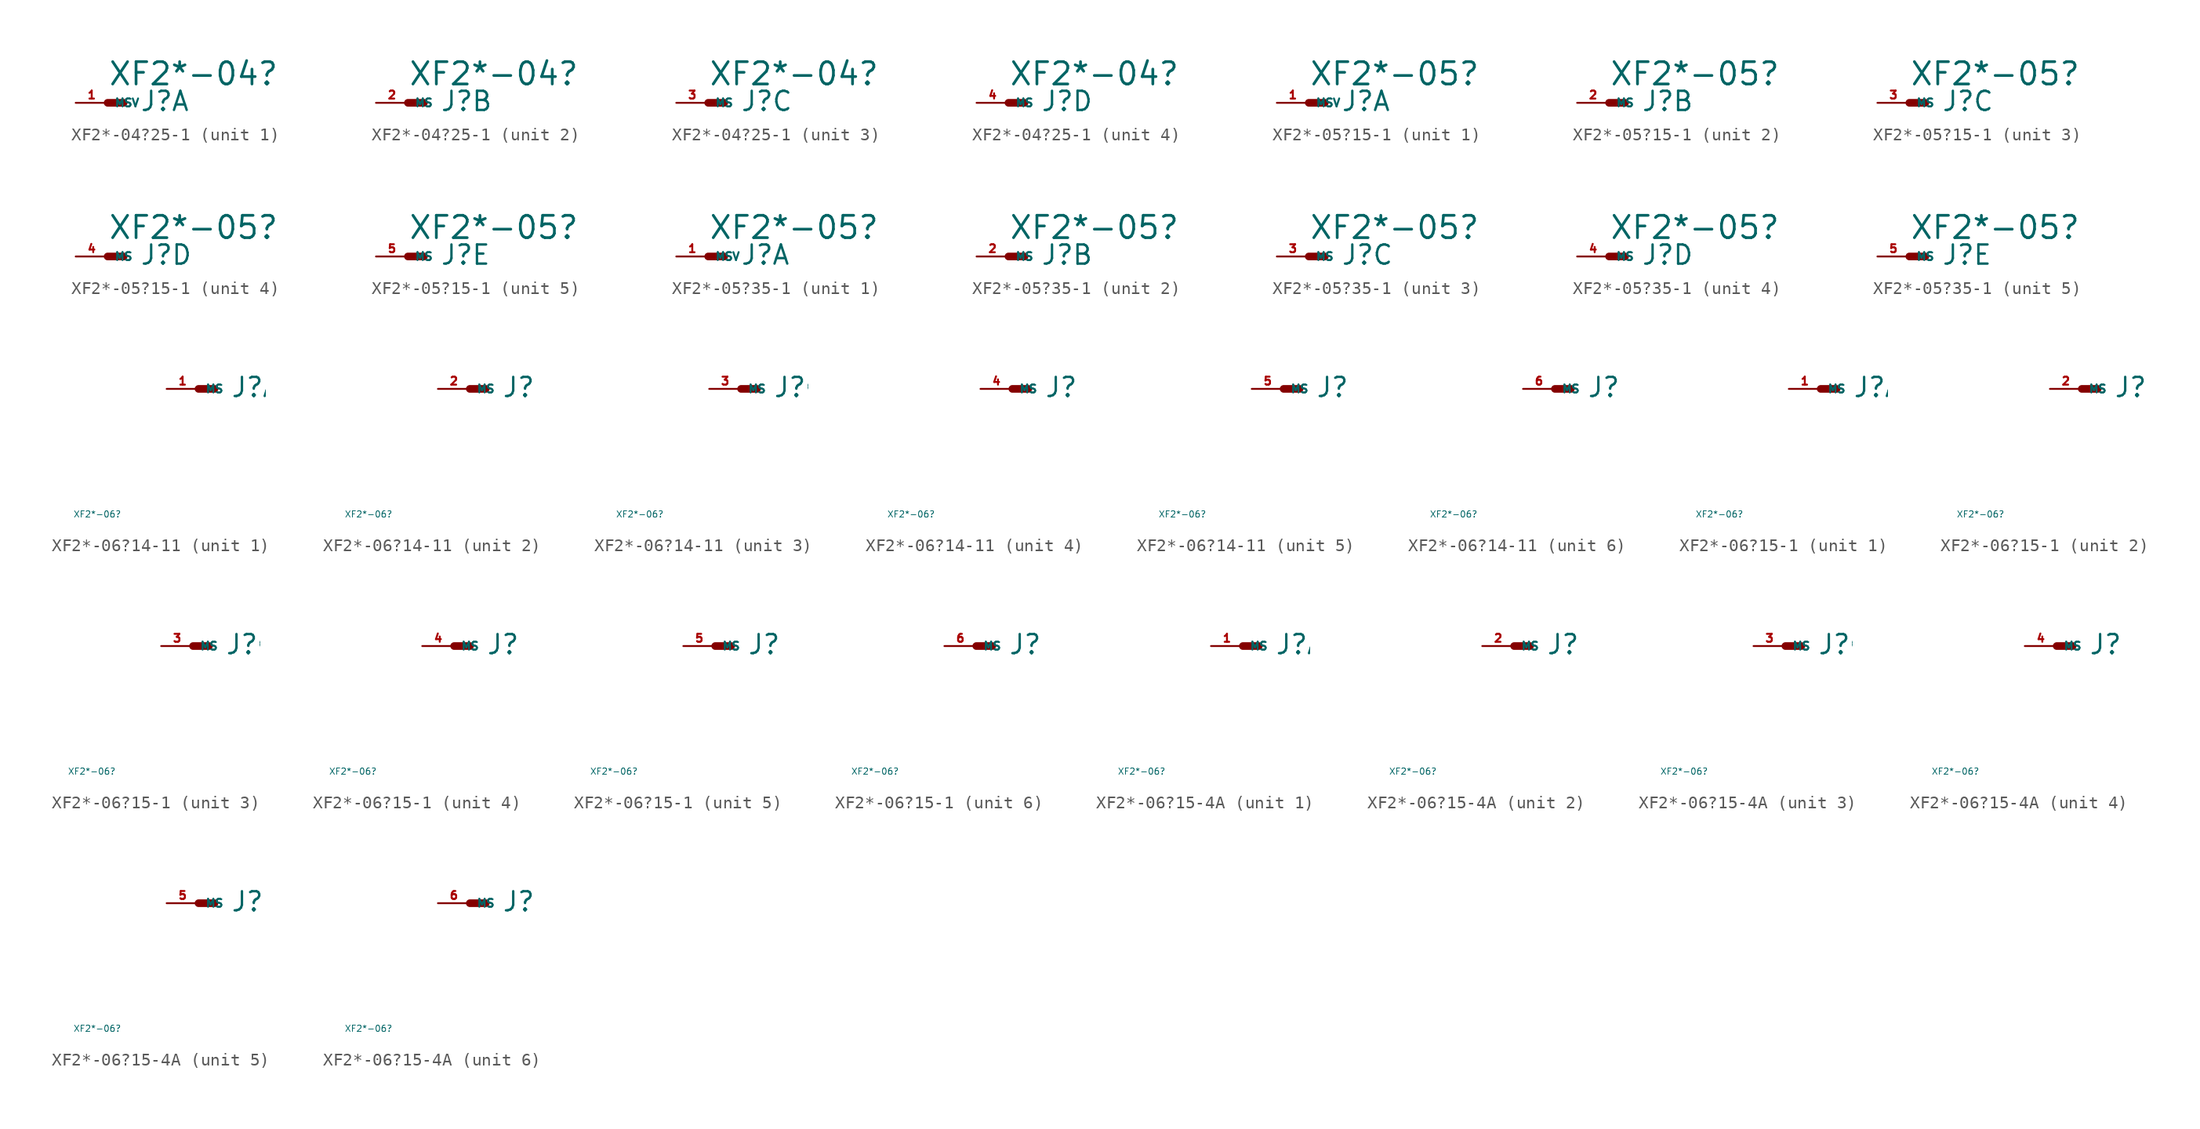
<source format=kicad_sym>
(kicad_symbol_lib
  (version 20220914)
  (generator Eagle2Kicad)
  (symbol "XF2*-04?25-1"
    (property "Reference" "J"
      (at 2.54 -0.762 0)
      (effects (font (size 1.524 1.524) (thickness 0.19)) (justify left bottom)))
    (property "Value" "XF2*-04?"
      (at 0 1.27 0)
      (effects (font (size 1.778 1.778) (thickness 0.22)) (justify left bottom)))
    (symbol "XF2*-04?25-1_1_0"
      (polyline (pts (xy 0 0) (xy 1.27 0)) (stroke (width 0.61) (type default)) (fill (type none)))
      (pin passive line (at -2.54 0 0) (length 2.54) (name "MSV" (effects (font (size 0.635 0.635) (thickness 0.08)) (justify left bottom))) (number "1" (effects (font (size 0.635 0.635) (thickness 0.08)) (justify left bottom)))))
    (symbol "XF2*-04?25-1_2_0"
      (polyline (pts (xy 0 0) (xy 1.27 0)) (stroke (width 0.61) (type default)) (fill (type none)))
      (pin passive line (at -2.54 0 0) (length 2.54) (name "MS" (effects (font (size 0.635 0.635) (thickness 0.08)) (justify left bottom))) (number "2" (effects (font (size 0.635 0.635) (thickness 0.08)) (justify left bottom)))))
    (symbol "XF2*-04?25-1_3_0"
      (polyline (pts (xy 0 0) (xy 1.27 0)) (stroke (width 0.61) (type default)) (fill (type none)))
      (pin passive line (at -2.54 0 0) (length 2.54) (name "MS" (effects (font (size 0.635 0.635) (thickness 0.08)) (justify left bottom))) (number "3" (effects (font (size 0.635 0.635) (thickness 0.08)) (justify left bottom)))))
    (symbol "XF2*-04?25-1_4_0"
      (polyline (pts (xy 0 0) (xy 1.27 0)) (stroke (width 0.61) (type default)) (fill (type none)))
      (pin passive line (at -2.54 0 0) (length 2.54) (name "MS" (effects (font (size 0.635 0.635) (thickness 0.08)) (justify left bottom))) (number "4" (effects (font (size 0.635 0.635) (thickness 0.08)) (justify left bottom))))))
  (symbol "XF2*-05?15-1"
    (property "Reference" "J"
      (at 2.54 -0.762 0)
      (effects (font (size 1.524 1.524) (thickness 0.19)) (justify left bottom)))
    (property "Value" "XF2*-05?"
      (at 0 1.27 0)
      (effects (font (size 1.778 1.778) (thickness 0.22)) (justify left bottom)))
    (symbol "XF2*-05?15-1_1_0"
      (polyline (pts (xy 0 0) (xy 1.27 0)) (stroke (width 0.61) (type default)) (fill (type none)))
      (pin passive line (at -2.54 0 0) (length 2.54) (name "MSV" (effects (font (size 0.635 0.635) (thickness 0.08)) (justify left bottom))) (number "1" (effects (font (size 0.635 0.635) (thickness 0.08)) (justify left bottom)))))
    (symbol "XF2*-05?15-1_2_0"
      (polyline (pts (xy 0 0) (xy 1.27 0)) (stroke (width 0.61) (type default)) (fill (type none)))
      (pin passive line (at -2.54 0 0) (length 2.54) (name "MS" (effects (font (size 0.635 0.635) (thickness 0.08)) (justify left bottom))) (number "2" (effects (font (size 0.635 0.635) (thickness 0.08)) (justify left bottom)))))
    (symbol "XF2*-05?15-1_3_0"
      (polyline (pts (xy 0 0) (xy 1.27 0)) (stroke (width 0.61) (type default)) (fill (type none)))
      (pin passive line (at -2.54 0 0) (length 2.54) (name "MS" (effects (font (size 0.635 0.635) (thickness 0.08)) (justify left bottom))) (number "3" (effects (font (size 0.635 0.635) (thickness 0.08)) (justify left bottom)))))
    (symbol "XF2*-05?15-1_4_0"
      (polyline (pts (xy 0 0) (xy 1.27 0)) (stroke (width 0.61) (type default)) (fill (type none)))
      (pin passive line (at -2.54 0 0) (length 2.54) (name "MS" (effects (font (size 0.635 0.635) (thickness 0.08)) (justify left bottom))) (number "4" (effects (font (size 0.635 0.635) (thickness 0.08)) (justify left bottom)))))
    (symbol "XF2*-05?15-1_5_0"
      (polyline (pts (xy 0 0) (xy 1.27 0)) (stroke (width 0.61) (type default)) (fill (type none)))
      (pin passive line (at -2.54 0 0) (length 2.54) (name "MS" (effects (font (size 0.635 0.635) (thickness 0.08)) (justify left bottom))) (number "5" (effects (font (size 0.635 0.635) (thickness 0.08)) (justify left bottom))))))
  (symbol "XF2*-05?35-1"
    (property "Reference" "J"
      (at 2.54 -0.762 0)
      (effects (font (size 1.524 1.524) (thickness 0.19)) (justify left bottom)))
    (property "Value" "XF2*-05?"
      (at 0 1.27 0)
      (effects (font (size 1.778 1.778) (thickness 0.22)) (justify left bottom)))
    (symbol "XF2*-05?35-1_1_0"
      (polyline (pts (xy 0 0) (xy 1.27 0)) (stroke (width 0.61) (type default)) (fill (type none)))
      (pin passive line (at -2.54 0 0) (length 2.54) (name "MSV" (effects (font (size 0.635 0.635) (thickness 0.08)) (justify left bottom))) (number "1" (effects (font (size 0.635 0.635) (thickness 0.08)) (justify left bottom)))))
    (symbol "XF2*-05?35-1_2_0"
      (polyline (pts (xy 0 0) (xy 1.27 0)) (stroke (width 0.61) (type default)) (fill (type none)))
      (pin passive line (at -2.54 0 0) (length 2.54) (name "MS" (effects (font (size 0.635 0.635) (thickness 0.08)) (justify left bottom))) (number "2" (effects (font (size 0.635 0.635) (thickness 0.08)) (justify left bottom)))))
    (symbol "XF2*-05?35-1_3_0"
      (polyline (pts (xy 0 0) (xy 1.27 0)) (stroke (width 0.61) (type default)) (fill (type none)))
      (pin passive line (at -2.54 0 0) (length 2.54) (name "MS" (effects (font (size 0.635 0.635) (thickness 0.08)) (justify left bottom))) (number "3" (effects (font (size 0.635 0.635) (thickness 0.08)) (justify left bottom)))))
    (symbol "XF2*-05?35-1_4_0"
      (polyline (pts (xy 0 0) (xy 1.27 0)) (stroke (width 0.61) (type default)) (fill (type none)))
      (pin passive line (at -2.54 0 0) (length 2.54) (name "MS" (effects (font (size 0.635 0.635) (thickness 0.08)) (justify left bottom))) (number "4" (effects (font (size 0.635 0.635) (thickness 0.08)) (justify left bottom)))))
    (symbol "XF2*-05?35-1_5_0"
      (polyline (pts (xy 0 0) (xy 1.27 0)) (stroke (width 0.61) (type default)) (fill (type none)))
      (pin passive line (at -2.54 0 0) (length 2.54) (name "MS" (effects (font (size 0.635 0.635) (thickness 0.08)) (justify left bottom))) (number "5" (effects (font (size 0.635 0.635) (thickness 0.08)) (justify left bottom))))))
  (symbol "XF2*-06?14-11"
    (property "Reference" "J"
      (at 2.54 -0.762 0)
      (effects (font (size 1.524 1.524) (thickness 0.19)) (justify left bottom)))
    (property "Value" "XF2*-06?"
      (at -10 -10 0)
      (effects (font (size 0.5 0.5) (thickness 0.06)) (justify left)))
    (symbol "XF2*-06?14-11_1_0"
      (polyline (pts (xy 0 0) (xy 1.27 0)) (stroke (width 0.61) (type default)) (fill (type none)))
      (pin passive line (at -2.54 0 0) (length 2.54) (name "MS" (effects (font (size 0.635 0.635) (thickness 0.08)) (justify left bottom))) (number "1" (effects (font (size 0.635 0.635) (thickness 0.08)) (justify left bottom)))))
    (symbol "XF2*-06?14-11_2_0"
      (polyline (pts (xy 0 0) (xy 1.27 0)) (stroke (width 0.61) (type default)) (fill (type none)))
      (pin passive line (at -2.54 0 0) (length 2.54) (name "MS" (effects (font (size 0.635 0.635) (thickness 0.08)) (justify left bottom))) (number "2" (effects (font (size 0.635 0.635) (thickness 0.08)) (justify left bottom)))))
    (symbol "XF2*-06?14-11_3_0"
      (polyline (pts (xy 0 0) (xy 1.27 0)) (stroke (width 0.61) (type default)) (fill (type none)))
      (pin passive line (at -2.54 0 0) (length 2.54) (name "MS" (effects (font (size 0.635 0.635) (thickness 0.08)) (justify left bottom))) (number "3" (effects (font (size 0.635 0.635) (thickness 0.08)) (justify left bottom)))))
    (symbol "XF2*-06?14-11_4_0"
      (polyline (pts (xy 0 0) (xy 1.27 0)) (stroke (width 0.61) (type default)) (fill (type none)))
      (pin passive line (at -2.54 0 0) (length 2.54) (name "MS" (effects (font (size 0.635 0.635) (thickness 0.08)) (justify left bottom))) (number "4" (effects (font (size 0.635 0.635) (thickness 0.08)) (justify left bottom)))))
    (symbol "XF2*-06?14-11_5_0"
      (polyline (pts (xy 0 0) (xy 1.27 0)) (stroke (width 0.61) (type default)) (fill (type none)))
      (pin passive line (at -2.54 0 0) (length 2.54) (name "MS" (effects (font (size 0.635 0.635) (thickness 0.08)) (justify left bottom))) (number "5" (effects (font (size 0.635 0.635) (thickness 0.08)) (justify left bottom)))))
    (symbol "XF2*-06?14-11_6_0"
      (polyline (pts (xy 0 0) (xy 1.27 0)) (stroke (width 0.61) (type default)) (fill (type none)))
      (pin passive line (at -2.54 0 0) (length 2.54) (name "MS" (effects (font (size 0.635 0.635) (thickness 0.08)) (justify left bottom))) (number "6" (effects (font (size 0.635 0.635) (thickness 0.08)) (justify left bottom))))))
  (symbol "XF2*-06?15-1"
    (property "Reference" "J"
      (at 2.54 -0.762 0)
      (effects (font (size 1.524 1.524) (thickness 0.19)) (justify left bottom)))
    (property "Value" "XF2*-06?"
      (at -10 -10 0)
      (effects (font (size 0.5 0.5) (thickness 0.06)) (justify left)))
    (symbol "XF2*-06?15-1_1_0"
      (polyline (pts (xy 0 0) (xy 1.27 0)) (stroke (width 0.61) (type default)) (fill (type none)))
      (pin passive line (at -2.54 0 0) (length 2.54) (name "MS" (effects (font (size 0.635 0.635) (thickness 0.08)) (justify left bottom))) (number "1" (effects (font (size 0.635 0.635) (thickness 0.08)) (justify left bottom)))))
    (symbol "XF2*-06?15-1_2_0"
      (polyline (pts (xy 0 0) (xy 1.27 0)) (stroke (width 0.61) (type default)) (fill (type none)))
      (pin passive line (at -2.54 0 0) (length 2.54) (name "MS" (effects (font (size 0.635 0.635) (thickness 0.08)) (justify left bottom))) (number "2" (effects (font (size 0.635 0.635) (thickness 0.08)) (justify left bottom)))))
    (symbol "XF2*-06?15-1_3_0"
      (polyline (pts (xy 0 0) (xy 1.27 0)) (stroke (width 0.61) (type default)) (fill (type none)))
      (pin passive line (at -2.54 0 0) (length 2.54) (name "MS" (effects (font (size 0.635 0.635) (thickness 0.08)) (justify left bottom))) (number "3" (effects (font (size 0.635 0.635) (thickness 0.08)) (justify left bottom)))))
    (symbol "XF2*-06?15-1_4_0"
      (polyline (pts (xy 0 0) (xy 1.27 0)) (stroke (width 0.61) (type default)) (fill (type none)))
      (pin passive line (at -2.54 0 0) (length 2.54) (name "MS" (effects (font (size 0.635 0.635) (thickness 0.08)) (justify left bottom))) (number "4" (effects (font (size 0.635 0.635) (thickness 0.08)) (justify left bottom)))))
    (symbol "XF2*-06?15-1_5_0"
      (polyline (pts (xy 0 0) (xy 1.27 0)) (stroke (width 0.61) (type default)) (fill (type none)))
      (pin passive line (at -2.54 0 0) (length 2.54) (name "MS" (effects (font (size 0.635 0.635) (thickness 0.08)) (justify left bottom))) (number "5" (effects (font (size 0.635 0.635) (thickness 0.08)) (justify left bottom)))))
    (symbol "XF2*-06?15-1_6_0"
      (polyline (pts (xy 0 0) (xy 1.27 0)) (stroke (width 0.61) (type default)) (fill (type none)))
      (pin passive line (at -2.54 0 0) (length 2.54) (name "MS" (effects (font (size 0.635 0.635) (thickness 0.08)) (justify left bottom))) (number "6" (effects (font (size 0.635 0.635) (thickness 0.08)) (justify left bottom))))))
  (symbol "XF2*-06?15-4A"
    (property "Reference" "J"
      (at 2.54 -0.762 0)
      (effects (font (size 1.524 1.524) (thickness 0.19)) (justify left bottom)))
    (property "Value" "XF2*-06?"
      (at -10 -10 0)
      (effects (font (size 0.5 0.5) (thickness 0.06)) (justify left)))
    (symbol "XF2*-06?15-4A_1_0"
      (polyline (pts (xy 0 0) (xy 1.27 0)) (stroke (width 0.61) (type default)) (fill (type none)))
      (pin passive line (at -2.54 0 0) (length 2.54) (name "MS" (effects (font (size 0.635 0.635) (thickness 0.08)) (justify left bottom))) (number "1" (effects (font (size 0.635 0.635) (thickness 0.08)) (justify left bottom)))))
    (symbol "XF2*-06?15-4A_2_0"
      (polyline (pts (xy 0 0) (xy 1.27 0)) (stroke (width 0.61) (type default)) (fill (type none)))
      (pin passive line (at -2.54 0 0) (length 2.54) (name "MS" (effects (font (size 0.635 0.635) (thickness 0.08)) (justify left bottom))) (number "2" (effects (font (size 0.635 0.635) (thickness 0.08)) (justify left bottom)))))
    (symbol "XF2*-06?15-4A_3_0"
      (polyline (pts (xy 0 0) (xy 1.27 0)) (stroke (width 0.61) (type default)) (fill (type none)))
      (pin passive line (at -2.54 0 0) (length 2.54) (name "MS" (effects (font (size 0.635 0.635) (thickness 0.08)) (justify left bottom))) (number "3" (effects (font (size 0.635 0.635) (thickness 0.08)) (justify left bottom)))))
    (symbol "XF2*-06?15-4A_4_0"
      (polyline (pts (xy 0 0) (xy 1.27 0)) (stroke (width 0.61) (type default)) (fill (type none)))
      (pin passive line (at -2.54 0 0) (length 2.54) (name "MS" (effects (font (size 0.635 0.635) (thickness 0.08)) (justify left bottom))) (number "4" (effects (font (size 0.635 0.635) (thickness 0.08)) (justify left bottom)))))
    (symbol "XF2*-06?15-4A_5_0"
      (polyline (pts (xy 0 0) (xy 1.27 0)) (stroke (width 0.61) (type default)) (fill (type none)))
      (pin passive line (at -2.54 0 0) (length 2.54) (name "MS" (effects (font (size 0.635 0.635) (thickness 0.08)) (justify left bottom))) (number "5" (effects (font (size 0.635 0.635) (thickness 0.08)) (justify left bottom)))))
    (symbol "XF2*-06?15-4A_6_0"
      (polyline (pts (xy 0 0) (xy 1.27 0)) (stroke (width 0.61) (type default)) (fill (type none)))
      (pin passive line (at -2.54 0 0) (length 2.54) (name "MS" (effects (font (size 0.635 0.635) (thickness 0.08)) (justify left bottom))) (number "6" (effects (font (size 0.635 0.635) (thickness 0.08)) (justify left bottom)))))))
</source>
